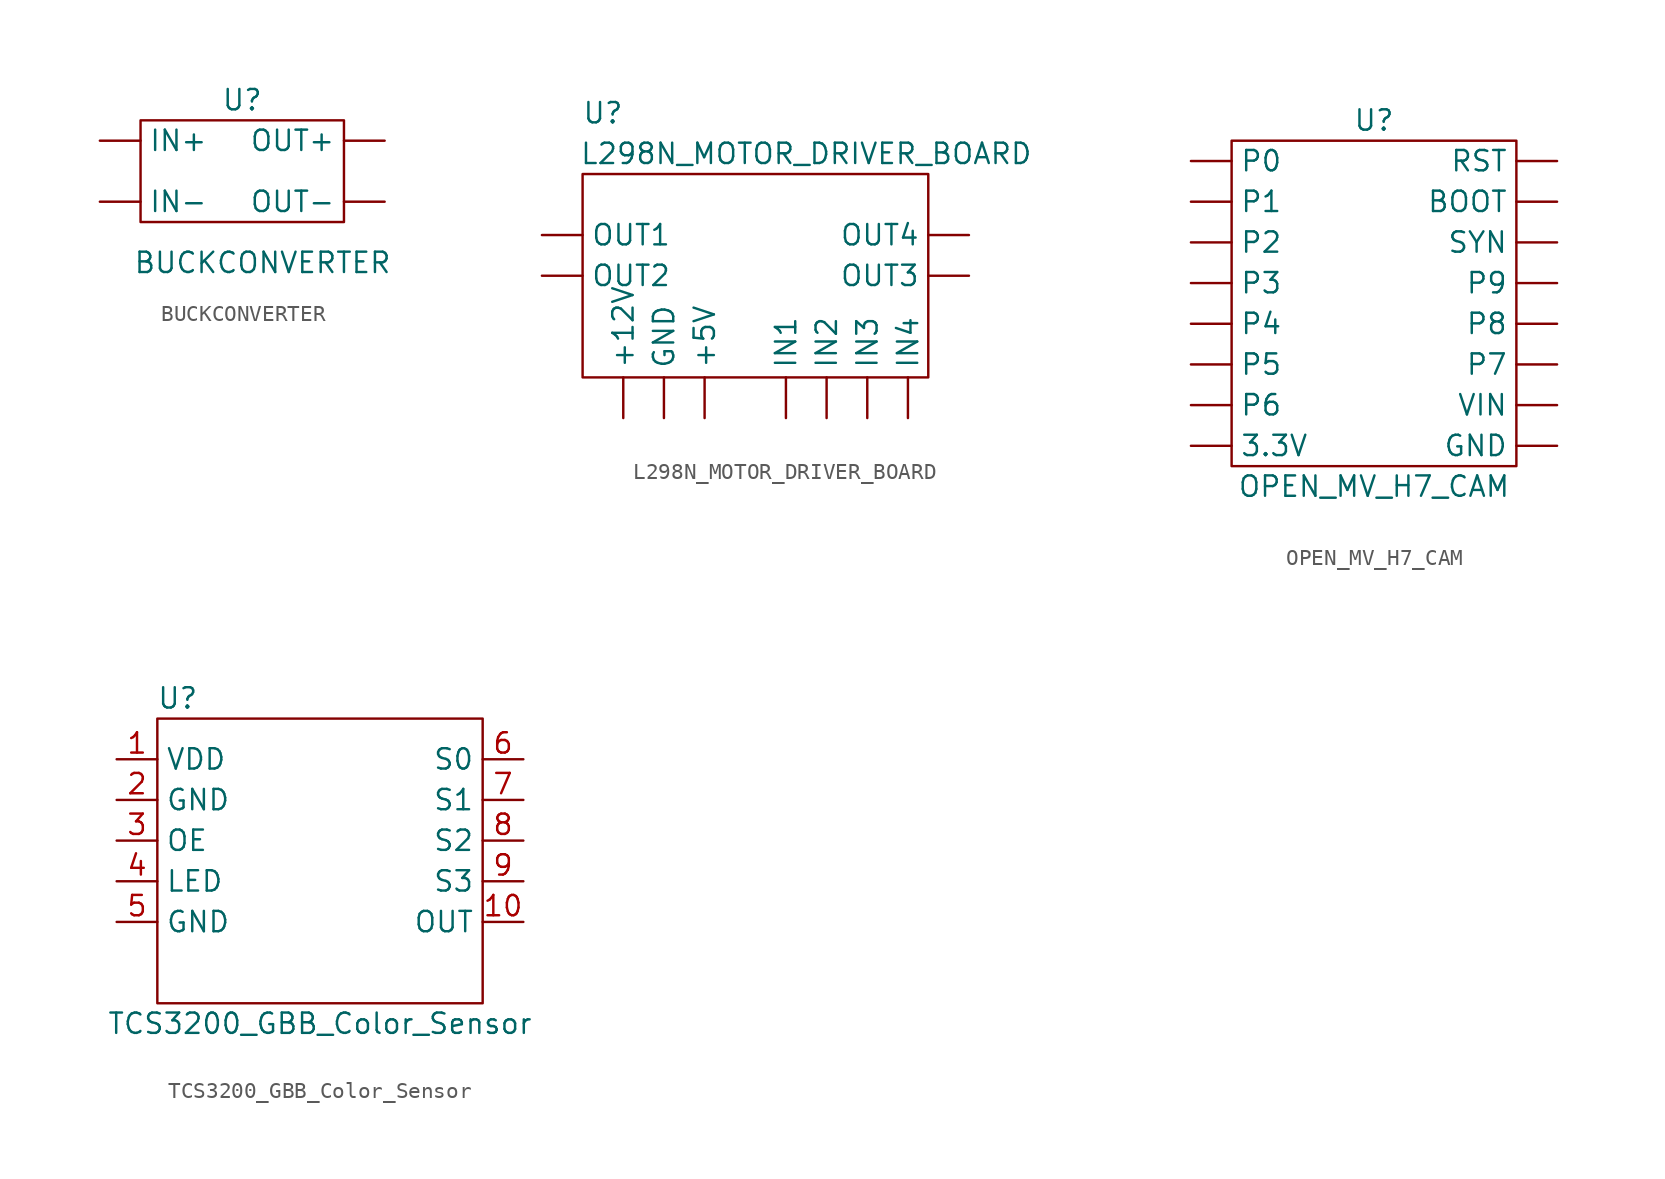
<source format=kicad_sym>
(kicad_symbol_lib
  (version 20211014)
  (generator kicad_symbol_editor)
  (symbol "BUCKCONVERTER"
    (property "Reference" "U"
      (at 2.54 1.27 0)
      (effects (font (size 1.27 1.27))))
    (property "Value" "BUCKCONVERTER"
      (at 3.81 -8.89 0)
      (effects (font (size 1.27 1.27))))
    (symbol "BUCKCONVERTER_0_1"
      (rectangle (start -3.81 0) (end 8.89 -6.35) (stroke (width 0) (type default) (color 0 0 0 0)) (fill (type none))))
    (symbol "BUCKCONVERTER_1_1"
      (pin input line (at -6.35 -1.27 0) (length 2.54) (name "IN+" (effects (font (size 1.27 1.27)))) (number "" (effects (font (size 1.27 1.27)))))
      (pin input line (at -6.35 -5.08 0) (length 2.54) (name "IN-" (effects (font (size 1.27 1.27)))) (number "" (effects (font (size 1.27 1.27)))))
      (pin input line (at 11.43 -1.27 180) (length 2.54) (name "OUT+" (effects (font (size 1.27 1.27)))) (number "" (effects (font (size 1.27 1.27)))))
      (pin input line (at 11.43 -5.08 180) (length 2.54) (name "OUT-" (effects (font (size 1.27 1.27)))) (number "" (effects (font (size 1.27 1.27)))))))
  (symbol "L298N_MOTOR_DRIVER_BOARD"
    (property "Reference" "U"
      (at -10.16 11.43 0)
      (effects (font (size 1.27 1.27))))
    (property "Value" "L298N_MOTOR_DRIVER_BOARD"
      (at 2.54 8.89 0)
      (effects (font (size 1.27 1.27))))
    (symbol "L298N_MOTOR_DRIVER_BOARD_0_1"
      (rectangle (start -11.43 7.62) (end 10.16 -5.08) (stroke (width 0) (type default) (color 0 0 0 0)) (fill (type none))))
    (symbol "L298N_MOTOR_DRIVER_BOARD_1_1"
      (pin input line (at -8.89 -7.62 90) (length 2.54) (name "+12V" (effects (font (size 1.27 1.27)))) (number "" (effects (font (size 1.27 1.27)))))
      (pin input line (at -3.81 -7.62 90) (length 2.54) (name "+5V" (effects (font (size 1.27 1.27)))) (number "" (effects (font (size 1.27 1.27)))))
      (pin input line (at -6.35 -7.62 90) (length 2.54) (name "GND" (effects (font (size 1.27 1.27)))) (number "" (effects (font (size 1.27 1.27)))))
      (pin input line (at 1.27 -7.62 90) (length 2.54) (name "IN1" (effects (font (size 1.27 1.27)))) (number "" (effects (font (size 1.27 1.27)))))
      (pin input line (at 3.81 -7.62 90) (length 2.54) (name "IN2" (effects (font (size 1.27 1.27)))) (number "" (effects (font (size 1.27 1.27)))))
      (pin input line (at 6.35 -7.62 90) (length 2.54) (name "IN3" (effects (font (size 1.27 1.27)))) (number "" (effects (font (size 1.27 1.27)))))
      (pin input line (at 8.89 -7.62 90) (length 2.54) (name "IN4" (effects (font (size 1.27 1.27)))) (number "" (effects (font (size 1.27 1.27)))))
      (pin input line (at -13.97 3.81 0) (length 2.54) (name "OUT1" (effects (font (size 1.27 1.27)))) (number "" (effects (font (size 1.27 1.27)))))
      (pin input line (at -13.97 1.27 0) (length 2.54) (name "OUT2" (effects (font (size 1.27 1.27)))) (number "" (effects (font (size 1.27 1.27)))))
      (pin input line (at 12.7 1.27 180) (length 2.54) (name "OUT3" (effects (font (size 1.27 1.27)))) (number "" (effects (font (size 1.27 1.27)))))
      (pin input line (at 12.7 3.81 180) (length 2.54) (name "OUT4" (effects (font (size 1.27 1.27)))) (number "" (effects (font (size 1.27 1.27)))))))
  (symbol "OPEN_MV_H7_CAM"
    (property "Reference" "U"
      (at 0 11.43 0)
      (effects (font (size 1.27 1.27))))
    (property "Value" "OPEN_MV_H7_CAM"
      (at 0 -11.43 0)
      (effects (font (size 1.27 1.27))))
    (symbol "OPEN_MV_H7_CAM_0_1"
      (rectangle (start -8.89 10.16) (end 8.89 -10.16) (stroke (width 0) (type default) (color 0 0 0 0)) (fill (type none))))
    (symbol "OPEN_MV_H7_CAM_1_1"
      (pin input line (at -11.43 -8.89 0) (length 2.54) (name "3.3V" (effects (font (size 1.27 1.27)))) (number "" (effects (font (size 1.27 1.27)))))
      (pin input line (at 11.43 6.35 180) (length 2.54) (name "BOOT" (effects (font (size 1.27 1.27)))) (number "" (effects (font (size 1.27 1.27)))))
      (pin input line (at 11.43 -8.89 180) (length 2.54) (name "GND" (effects (font (size 1.27 1.27)))) (number "" (effects (font (size 1.27 1.27)))))
      (pin input line (at -11.43 8.89 0) (length 2.54) (name "P0" (effects (font (size 1.27 1.27)))) (number "" (effects (font (size 1.27 1.27)))))
      (pin input line (at -11.43 6.35 0) (length 2.54) (name "P1" (effects (font (size 1.27 1.27)))) (number "" (effects (font (size 1.27 1.27)))))
      (pin input line (at -11.43 3.81 0) (length 2.54) (name "P2" (effects (font (size 1.27 1.27)))) (number "" (effects (font (size 1.27 1.27)))))
      (pin input line (at -11.43 1.27 0) (length 2.54) (name "P3" (effects (font (size 1.27 1.27)))) (number "" (effects (font (size 1.27 1.27)))))
      (pin input line (at -11.43 -1.27 0) (length 2.54) (name "P4" (effects (font (size 1.27 1.27)))) (number "" (effects (font (size 1.27 1.27)))))
      (pin input line (at -11.43 -3.81 0) (length 2.54) (name "P5" (effects (font (size 1.27 1.27)))) (number "" (effects (font (size 1.27 1.27)))))
      (pin input line (at -11.43 -6.35 0) (length 2.54) (name "P6" (effects (font (size 1.27 1.27)))) (number "" (effects (font (size 1.27 1.27)))))
      (pin input line (at 11.43 -3.81 180) (length 2.54) (name "P7" (effects (font (size 1.27 1.27)))) (number "" (effects (font (size 1.27 1.27)))))
      (pin input line (at 11.43 -1.27 180) (length 2.54) (name "P8" (effects (font (size 1.27 1.27)))) (number "" (effects (font (size 1.27 1.27)))))
      (pin input line (at 11.43 1.27 180) (length 2.54) (name "P9" (effects (font (size 1.27 1.27)))) (number "" (effects (font (size 1.27 1.27)))))
      (pin input line (at 11.43 8.89 180) (length 2.54) (name "RST" (effects (font (size 1.27 1.27)))) (number "" (effects (font (size 1.27 1.27)))))
      (pin input line (at 11.43 3.81 180) (length 2.54) (name "SYN" (effects (font (size 1.27 1.27)))) (number "" (effects (font (size 1.27 1.27)))))
      (pin input line (at 11.43 -6.35 180) (length 2.54) (name "VIN" (effects (font (size 1.27 1.27)))) (number "" (effects (font (size 1.27 1.27)))))))
  (symbol "TCS3200_GBB_Color_Sensor"
    (property "Reference" "U"
      (at 1.27 1.27 0)
      (effects (font (size 1.27 1.27))))
    (property "Value" "TCS3200_GBB_Color_Sensor"
      (at 10.16 -19.05 0)
      (effects (font (size 1.27 1.27))))
    (symbol "TCS3200_GBB_Color_Sensor_0_1"
      (rectangle (start 0 0) (end 20.32 -17.78) (stroke (width 0) (type default) (color 0 0 0 0)) (fill (type none))))
    (symbol "TCS3200_GBB_Color_Sensor_1_1"
      (pin input line (at -2.54 -2.54 0) (length 2.54) (name "VDD" (effects (font (size 1.27 1.27)))) (number "1" (effects (font (size 1.27 1.27)))))
      (pin input line (at 22.86 -12.7 180) (length 2.54) (name "OUT" (effects (font (size 1.27 1.27)))) (number "10" (effects (font (size 1.27 1.27)))))
      (pin input line (at -2.54 -5.08 0) (length 2.54) (name "GND" (effects (font (size 1.27 1.27)))) (number "2" (effects (font (size 1.27 1.27)))))
      (pin input line (at -2.54 -7.62 0) (length 2.54) (name "OE" (effects (font (size 1.27 1.27)))) (number "3" (effects (font (size 1.27 1.27)))))
      (pin input line (at -2.54 -10.16 0) (length 2.54) (name "LED" (effects (font (size 1.27 1.27)))) (number "4" (effects (font (size 1.27 1.27)))))
      (pin input line (at -2.54 -12.7 0) (length 2.54) (name "GND" (effects (font (size 1.27 1.27)))) (number "5" (effects (font (size 1.27 1.27)))))
      (pin input line (at 22.86 -2.54 180) (length 2.54) (name "S0" (effects (font (size 1.27 1.27)))) (number "6" (effects (font (size 1.27 1.27)))))
      (pin input line (at 22.86 -5.08 180) (length 2.54) (name "S1" (effects (font (size 1.27 1.27)))) (number "7" (effects (font (size 1.27 1.27)))))
      (pin input line (at 22.86 -7.62 180) (length 2.54) (name "S2" (effects (font (size 1.27 1.27)))) (number "8" (effects (font (size 1.27 1.27)))))
      (pin input line (at 22.86 -10.16 180) (length 2.54) (name "S3" (effects (font (size 1.27 1.27)))) (number "9" (effects (font (size 1.27 1.27))))))))
</source>
